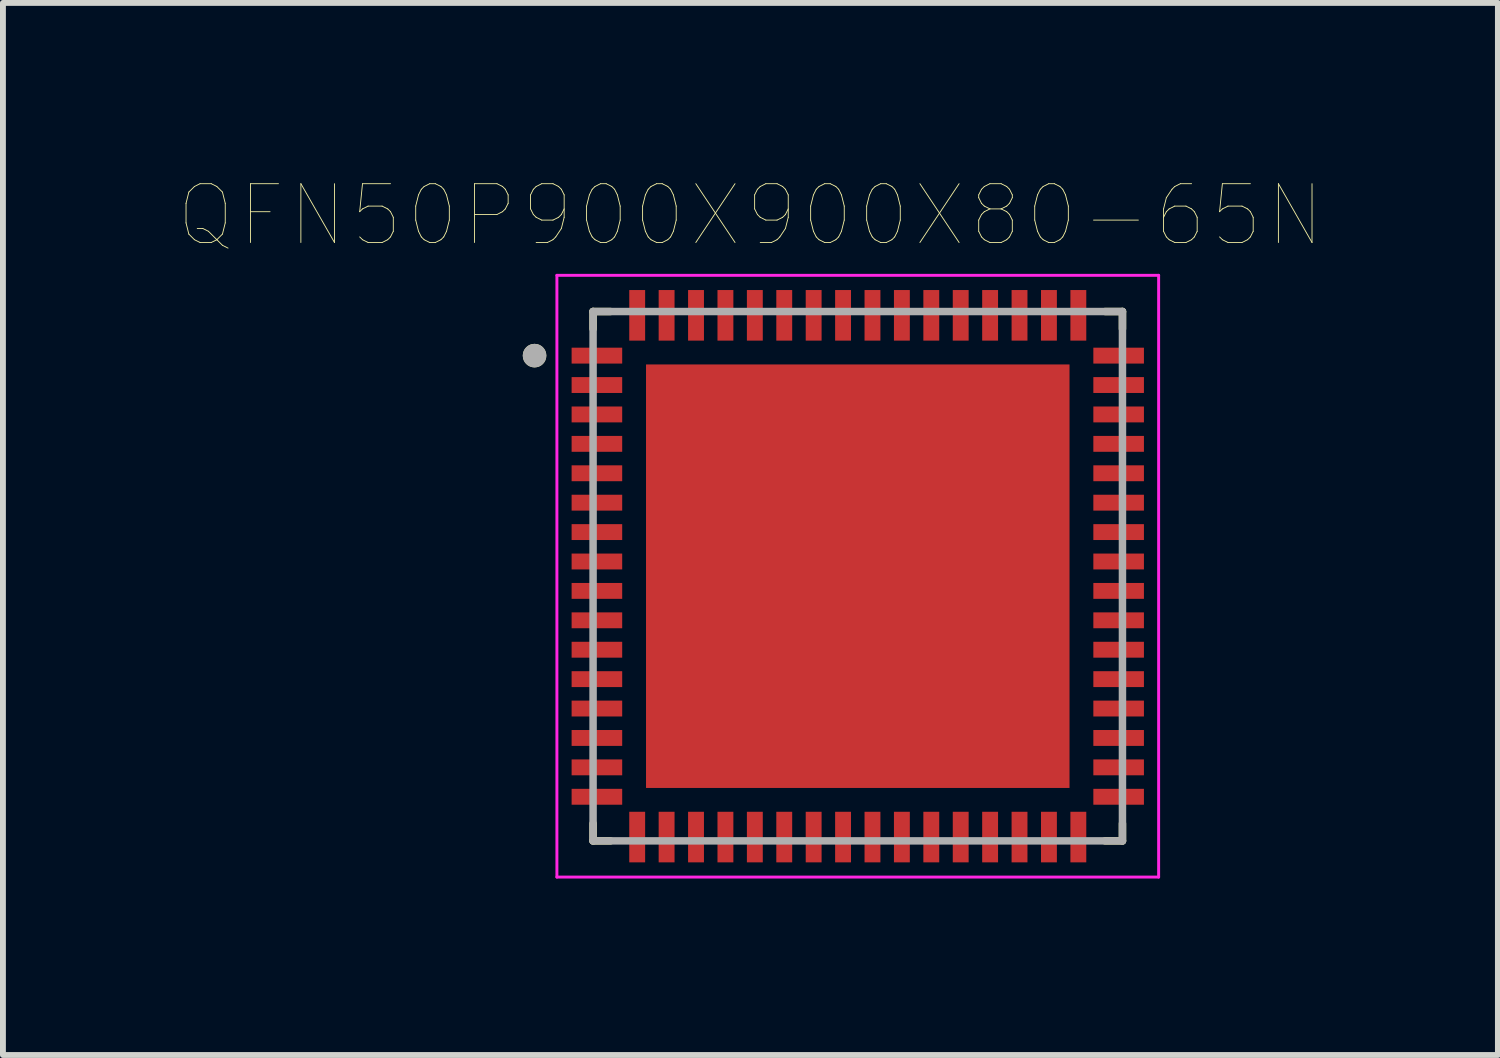
<source format=kicad_pcb>
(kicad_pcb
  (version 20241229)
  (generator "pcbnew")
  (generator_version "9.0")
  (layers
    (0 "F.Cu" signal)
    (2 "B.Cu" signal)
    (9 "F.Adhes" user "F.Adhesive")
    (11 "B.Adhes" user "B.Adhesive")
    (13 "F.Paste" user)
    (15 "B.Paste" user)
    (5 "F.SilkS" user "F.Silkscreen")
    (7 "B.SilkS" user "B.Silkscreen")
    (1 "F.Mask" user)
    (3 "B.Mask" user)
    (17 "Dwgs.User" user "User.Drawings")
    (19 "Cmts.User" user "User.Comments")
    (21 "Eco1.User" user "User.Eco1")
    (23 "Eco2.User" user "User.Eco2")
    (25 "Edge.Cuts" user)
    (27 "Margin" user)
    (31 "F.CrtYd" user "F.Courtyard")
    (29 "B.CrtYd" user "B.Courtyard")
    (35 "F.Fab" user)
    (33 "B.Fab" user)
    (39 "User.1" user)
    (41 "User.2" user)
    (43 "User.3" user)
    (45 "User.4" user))
  (footprint "QFN50P900X900X80-65N"
    (layer "F.Cu")
    (at 11.533 6.746)
    (property "Reference" "QFN50P900X900X80-65N" (at -1.825 -6.135 0) (layer "F.SilkS") (effects (font (size 1 1) (thickness 0.015))))
    (attr through_hole)
    (fp_line (start -4.5 -4.5) (end -4.5 -4.205) (stroke (width 0.127) (type solid)) (layer "F.SilkS"))
    (fp_line (start -4.5 -4.5) (end -4.205 -4.5) (stroke (width 0.127) (type solid)) (layer "F.SilkS"))
    (fp_line (start -4.5 4.5) (end -4.5 4.205) (stroke (width 0.127) (type solid)) (layer "F.SilkS"))
    (fp_line (start -4.5 4.5) (end -4.205 4.5) (stroke (width 0.127) (type solid)) (layer "F.SilkS"))
    (fp_line (start 4.5 -4.5) (end 4.205 -4.5) (stroke (width 0.127) (type solid)) (layer "F.SilkS"))
    (fp_line (start 4.5 -4.5) (end 4.5 -4.205) (stroke (width 0.127) (type solid)) (layer "F.SilkS"))
    (fp_line (start 4.5 4.5) (end 4.205 4.5) (stroke (width 0.127) (type solid)) (layer "F.SilkS"))
    (fp_line (start 4.5 4.5) (end 4.5 4.205) (stroke (width 0.127) (type solid)) (layer "F.SilkS"))
    (fp_circle (center -5.495 -3.75) (end -5.395 -3.75) (stroke (width 0.2) (type solid)) (fill no) (layer "F.SilkS"))
    (fp_poly (pts (xy -3.3 -3.3) (xy -2.14 -3.3) (xy -2.14 -2.14) (xy -3.3 -2.14)) (stroke (width 0.01) (type solid)) (fill yes) (layer "F.Paste"))
    (fp_poly (pts (xy -3.3 -1.94) (xy -2.14 -1.94) (xy -2.14 -0.78) (xy -3.3 -0.78)) (stroke (width 0.01) (type solid)) (fill yes) (layer "F.Paste"))
    (fp_poly (pts (xy -3.3 -0.58) (xy -2.14 -0.58) (xy -2.14 0.58) (xy -3.3 0.58)) (stroke (width 0.01) (type solid)) (fill yes) (layer "F.Paste"))
    (fp_poly (pts (xy -3.3 0.78) (xy -2.14 0.78) (xy -2.14 1.94) (xy -3.3 1.94)) (stroke (width 0.01) (type solid)) (fill yes) (layer "F.Paste"))
    (fp_poly (pts (xy -3.3 2.14) (xy -2.14 2.14) (xy -2.14 3.3) (xy -3.3 3.3)) (stroke (width 0.01) (type solid)) (fill yes) (layer "F.Paste"))
    (fp_poly (pts (xy -1.94 -3.3) (xy -0.78 -3.3) (xy -0.78 -2.14) (xy -1.94 -2.14)) (stroke (width 0.01) (type solid)) (fill yes) (layer "F.Paste"))
    (fp_poly (pts (xy -1.94 -1.94) (xy -0.78 -1.94) (xy -0.78 -0.78) (xy -1.94 -0.78)) (stroke (width 0.01) (type solid)) (fill yes) (layer "F.Paste"))
    (fp_poly (pts (xy -1.94 -0.58) (xy -0.78 -0.58) (xy -0.78 0.58) (xy -1.94 0.58)) (stroke (width 0.01) (type solid)) (fill yes) (layer "F.Paste"))
    (fp_poly (pts (xy -1.94 0.78) (xy -0.78 0.78) (xy -0.78 1.94) (xy -1.94 1.94)) (stroke (width 0.01) (type solid)) (fill yes) (layer "F.Paste"))
    (fp_poly (pts (xy -1.94 2.14) (xy -0.78 2.14) (xy -0.78 3.3) (xy -1.94 3.3)) (stroke (width 0.01) (type solid)) (fill yes) (layer "F.Paste"))
    (fp_poly (pts (xy -0.58 -3.3) (xy 0.58 -3.3) (xy 0.58 -2.14) (xy -0.58 -2.14)) (stroke (width 0.01) (type solid)) (fill yes) (layer "F.Paste"))
    (fp_poly (pts (xy -0.58 -1.94) (xy 0.58 -1.94) (xy 0.58 -0.78) (xy -0.58 -0.78)) (stroke (width 0.01) (type solid)) (fill yes) (layer "F.Paste"))
    (fp_poly (pts (xy -0.58 -0.58) (xy 0.58 -0.58) (xy 0.58 0.58) (xy -0.58 0.58)) (stroke (width 0.01) (type solid)) (fill yes) (layer "F.Paste"))
    (fp_poly (pts (xy -0.58 0.78) (xy 0.58 0.78) (xy 0.58 1.94) (xy -0.58 1.94)) (stroke (width 0.01) (type solid)) (fill yes) (layer "F.Paste"))
    (fp_poly (pts (xy -0.58 2.14) (xy 0.58 2.14) (xy 0.58 3.3) (xy -0.58 3.3)) (stroke (width 0.01) (type solid)) (fill yes) (layer "F.Paste"))
    (fp_poly (pts (xy 0.78 -3.3) (xy 1.94 -3.3) (xy 1.94 -2.14) (xy 0.78 -2.14)) (stroke (width 0.01) (type solid)) (fill yes) (layer "F.Paste"))
    (fp_poly (pts (xy 0.78 -1.94) (xy 1.94 -1.94) (xy 1.94 -0.78) (xy 0.78 -0.78)) (stroke (width 0.01) (type solid)) (fill yes) (layer "F.Paste"))
    (fp_poly (pts (xy 0.78 -0.58) (xy 1.94 -0.58) (xy 1.94 0.58) (xy 0.78 0.58)) (stroke (width 0.01) (type solid)) (fill yes) (layer "F.Paste"))
    (fp_poly (pts (xy 0.78 0.78) (xy 1.94 0.78) (xy 1.94 1.94) (xy 0.78 1.94)) (stroke (width 0.01) (type solid)) (fill yes) (layer "F.Paste"))
    (fp_poly (pts (xy 0.78 2.14) (xy 1.94 2.14) (xy 1.94 3.3) (xy 0.78 3.3)) (stroke (width 0.01) (type solid)) (fill yes) (layer "F.Paste"))
    (fp_poly (pts (xy 2.14 -3.3) (xy 3.3 -3.3) (xy 3.3 -2.14) (xy 2.14 -2.14)) (stroke (width 0.01) (type solid)) (fill yes) (layer "F.Paste"))
    (fp_poly (pts (xy 2.14 -1.94) (xy 3.3 -1.94) (xy 3.3 -0.78) (xy 2.14 -0.78)) (stroke (width 0.01) (type solid)) (fill yes) (layer "F.Paste"))
    (fp_poly (pts (xy 2.14 -0.58) (xy 3.3 -0.58) (xy 3.3 0.58) (xy 2.14 0.58)) (stroke (width 0.01) (type solid)) (fill yes) (layer "F.Paste"))
    (fp_poly (pts (xy 2.14 0.78) (xy 3.3 0.78) (xy 3.3 1.94) (xy 2.14 1.94)) (stroke (width 0.01) (type solid)) (fill yes) (layer "F.Paste"))
    (fp_poly (pts (xy 2.14 2.14) (xy 3.3 2.14) (xy 3.3 3.3) (xy 2.14 3.3)) (stroke (width 0.01) (type solid)) (fill yes) (layer "F.Paste"))
    (fp_line (start -5.115 -5.115) (end 5.115 -5.115) (stroke (width 0.05) (type solid)) (layer "F.CrtYd"))
    (fp_line (start -5.115 5.115) (end -5.115 -5.115) (stroke (width 0.05) (type solid)) (layer "F.CrtYd"))
    (fp_line (start -5.115 5.115) (end 5.115 5.115) (stroke (width 0.05) (type solid)) (layer "F.CrtYd"))
    (fp_line (start 5.115 5.115) (end 5.115 -5.115) (stroke (width 0.05) (type solid)) (layer "F.CrtYd"))
    (fp_line (start -4.5 4.5) (end -4.5 -4.5) (stroke (width 0.127) (type solid)) (layer "F.Fab"))
    (fp_line (start 4.5 -4.5) (end -4.5 -4.5) (stroke (width 0.127) (type solid)) (layer "F.Fab"))
    (fp_line (start 4.5 4.5) (end -4.5 4.5) (stroke (width 0.127) (type solid)) (layer "F.Fab"))
    (fp_line (start 4.5 4.5) (end 4.5 -4.5) (stroke (width 0.127) (type solid)) (layer "F.Fab"))
    (fp_circle (center -5.495 -3.75) (end -5.395 -3.75) (stroke (width 0.2) (type solid)) (fill no) (layer "F.Fab"))
    (pad "1" smd rect (at -4.435 -3.75) (size 0.86 0.27) (layers "F.Cu" "F.Mask" "F.Paste"))
    (pad "2" smd rect (at -4.435 -3.25) (size 0.86 0.27) (layers "F.Cu" "F.Mask" "F.Paste"))
    (pad "3" smd rect (at -4.435 -2.75) (size 0.86 0.27) (layers "F.Cu" "F.Mask" "F.Paste"))
    (pad "4" smd rect (at -4.435 -2.25) (size 0.86 0.27) (layers "F.Cu" "F.Mask" "F.Paste"))
    (pad "5" smd rect (at -4.435 -1.75) (size 0.86 0.27) (layers "F.Cu" "F.Mask" "F.Paste"))
    (pad "6" smd rect (at -4.435 -1.25) (size 0.86 0.27) (layers "F.Cu" "F.Mask" "F.Paste"))
    (pad "7" smd rect (at -4.435 -0.75) (size 0.86 0.27) (layers "F.Cu" "F.Mask" "F.Paste"))
    (pad "8" smd rect (at -4.435 -0.25) (size 0.86 0.27) (layers "F.Cu" "F.Mask" "F.Paste"))
    (pad "9" smd rect (at -4.435 0.25) (size 0.86 0.27) (layers "F.Cu" "F.Mask" "F.Paste"))
    (pad "10" smd rect (at -4.435 0.75) (size 0.86 0.27) (layers "F.Cu" "F.Mask" "F.Paste"))
    (pad "11" smd rect (at -4.435 1.25) (size 0.86 0.27) (layers "F.Cu" "F.Mask" "F.Paste"))
    (pad "12" smd rect (at -4.435 1.75) (size 0.86 0.27) (layers "F.Cu" "F.Mask" "F.Paste"))
    (pad "13" smd rect (at -4.435 2.25) (size 0.86 0.27) (layers "F.Cu" "F.Mask" "F.Paste"))
    (pad "14" smd rect (at -4.435 2.75) (size 0.86 0.27) (layers "F.Cu" "F.Mask" "F.Paste"))
    (pad "15" smd rect (at -4.435 3.25) (size 0.86 0.27) (layers "F.Cu" "F.Mask" "F.Paste"))
    (pad "16" smd rect (at -4.435 3.75) (size 0.86 0.27) (layers "F.Cu" "F.Mask" "F.Paste"))
    (pad "17" smd rect (at -3.75 4.435) (size 0.27 0.86) (layers "F.Cu" "F.Mask" "F.Paste"))
    (pad "18" smd rect (at -3.25 4.435) (size 0.27 0.86) (layers "F.Cu" "F.Mask" "F.Paste"))
    (pad "19" smd rect (at -2.75 4.435) (size 0.27 0.86) (layers "F.Cu" "F.Mask" "F.Paste"))
    (pad "20" smd rect (at -2.25 4.435) (size 0.27 0.86) (layers "F.Cu" "F.Mask" "F.Paste"))
    (pad "21" smd rect (at -1.75 4.435) (size 0.27 0.86) (layers "F.Cu" "F.Mask" "F.Paste"))
    (pad "22" smd rect (at -1.25 4.435) (size 0.27 0.86) (layers "F.Cu" "F.Mask" "F.Paste"))
    (pad "23" smd rect (at -0.75 4.435) (size 0.27 0.86) (layers "F.Cu" "F.Mask" "F.Paste"))
    (pad "24" smd rect (at -0.25 4.435) (size 0.27 0.86) (layers "F.Cu" "F.Mask" "F.Paste"))
    (pad "25" smd rect (at 0.25 4.435) (size 0.27 0.86) (layers "F.Cu" "F.Mask" "F.Paste"))
    (pad "26" smd rect (at 0.75 4.435) (size 0.27 0.86) (layers "F.Cu" "F.Mask" "F.Paste"))
    (pad "27" smd rect (at 1.25 4.435) (size 0.27 0.86) (layers "F.Cu" "F.Mask" "F.Paste"))
    (pad "28" smd rect (at 1.75 4.435) (size 0.27 0.86) (layers "F.Cu" "F.Mask" "F.Paste"))
    (pad "29" smd rect (at 2.25 4.435) (size 0.27 0.86) (layers "F.Cu" "F.Mask" "F.Paste"))
    (pad "30" smd rect (at 2.75 4.435) (size 0.27 0.86) (layers "F.Cu" "F.Mask" "F.Paste"))
    (pad "31" smd rect (at 3.25 4.435) (size 0.27 0.86) (layers "F.Cu" "F.Mask" "F.Paste"))
    (pad "32" smd rect (at 3.75 4.435) (size 0.27 0.86) (layers "F.Cu" "F.Mask" "F.Paste"))
    (pad "33" smd rect (at 4.435 3.75) (size 0.86 0.27) (layers "F.Cu" "F.Mask" "F.Paste"))
    (pad "34" smd rect (at 4.435 3.25) (size 0.86 0.27) (layers "F.Cu" "F.Mask" "F.Paste"))
    (pad "35" smd rect (at 4.435 2.75) (size 0.86 0.27) (layers "F.Cu" "F.Mask" "F.Paste"))
    (pad "36" smd rect (at 4.435 2.25) (size 0.86 0.27) (layers "F.Cu" "F.Mask" "F.Paste"))
    (pad "37" smd rect (at 4.435 1.75) (size 0.86 0.27) (layers "F.Cu" "F.Mask" "F.Paste"))
    (pad "38" smd rect (at 4.435 1.25) (size 0.86 0.27) (layers "F.Cu" "F.Mask" "F.Paste"))
    (pad "39" smd rect (at 4.435 0.75) (size 0.86 0.27) (layers "F.Cu" "F.Mask" "F.Paste"))
    (pad "40" smd rect (at 4.435 0.25) (size 0.86 0.27) (layers "F.Cu" "F.Mask" "F.Paste"))
    (pad "41" smd rect (at 4.435 -0.25) (size 0.86 0.27) (layers "F.Cu" "F.Mask" "F.Paste"))
    (pad "42" smd rect (at 4.435 -0.75) (size 0.86 0.27) (layers "F.Cu" "F.Mask" "F.Paste"))
    (pad "43" smd rect (at 4.435 -1.25) (size 0.86 0.27) (layers "F.Cu" "F.Mask" "F.Paste"))
    (pad "44" smd rect (at 4.435 -1.75) (size 0.86 0.27) (layers "F.Cu" "F.Mask" "F.Paste"))
    (pad "45" smd rect (at 4.435 -2.25) (size 0.86 0.27) (layers "F.Cu" "F.Mask" "F.Paste"))
    (pad "46" smd rect (at 4.435 -2.75) (size 0.86 0.27) (layers "F.Cu" "F.Mask" "F.Paste"))
    (pad "47" smd rect (at 4.435 -3.25) (size 0.86 0.27) (layers "F.Cu" "F.Mask" "F.Paste"))
    (pad "48" smd rect (at 4.435 -3.75) (size 0.86 0.27) (layers "F.Cu" "F.Mask" "F.Paste"))
    (pad "49" smd rect (at 3.75 -4.435) (size 0.27 0.86) (layers "F.Cu" "F.Mask" "F.Paste"))
    (pad "50" smd rect (at 3.25 -4.435) (size 0.27 0.86) (layers "F.Cu" "F.Mask" "F.Paste"))
    (pad "51" smd rect (at 2.75 -4.435) (size 0.27 0.86) (layers "F.Cu" "F.Mask" "F.Paste"))
    (pad "52" smd rect (at 2.25 -4.435) (size 0.27 0.86) (layers "F.Cu" "F.Mask" "F.Paste"))
    (pad "53" smd rect (at 1.75 -4.435) (size 0.27 0.86) (layers "F.Cu" "F.Mask" "F.Paste"))
    (pad "54" smd rect (at 1.25 -4.435) (size 0.27 0.86) (layers "F.Cu" "F.Mask" "F.Paste"))
    (pad "55" smd rect (at 0.75 -4.435) (size 0.27 0.86) (layers "F.Cu" "F.Mask" "F.Paste"))
    (pad "56" smd rect (at 0.25 -4.435) (size 0.27 0.86) (layers "F.Cu" "F.Mask" "F.Paste"))
    (pad "57" smd rect (at -0.25 -4.435) (size 0.27 0.86) (layers "F.Cu" "F.Mask" "F.Paste"))
    (pad "58" smd rect (at -0.75 -4.435) (size 0.27 0.86) (layers "F.Cu" "F.Mask" "F.Paste"))
    (pad "59" smd rect (at -1.25 -4.435) (size 0.27 0.86) (layers "F.Cu" "F.Mask" "F.Paste"))
    (pad "60" smd rect (at -1.75 -4.435) (size 0.27 0.86) (layers "F.Cu" "F.Mask" "F.Paste"))
    (pad "61" smd rect (at -2.25 -4.435) (size 0.27 0.86) (layers "F.Cu" "F.Mask" "F.Paste"))
    (pad "62" smd rect (at -2.75 -4.435) (size 0.27 0.86) (layers "F.Cu" "F.Mask" "F.Paste"))
    (pad "63" smd rect (at -3.25 -4.435) (size 0.27 0.86) (layers "F.Cu" "F.Mask" "F.Paste"))
    (pad "64" smd rect (at -3.75 -4.435) (size 0.27 0.86) (layers "F.Cu" "F.Mask" "F.Paste"))
    (pad "65" smd rect (at 0 0) (size 7.2 7.2) (layers "F.Cu" "F.Mask")))
  (gr_rect
    (start -3 -3)
    (end 22.416 14.886)
    (stroke (width 0.1) (type default))
    (fill no)
    (layer "Edge.Cuts")))
</source>
